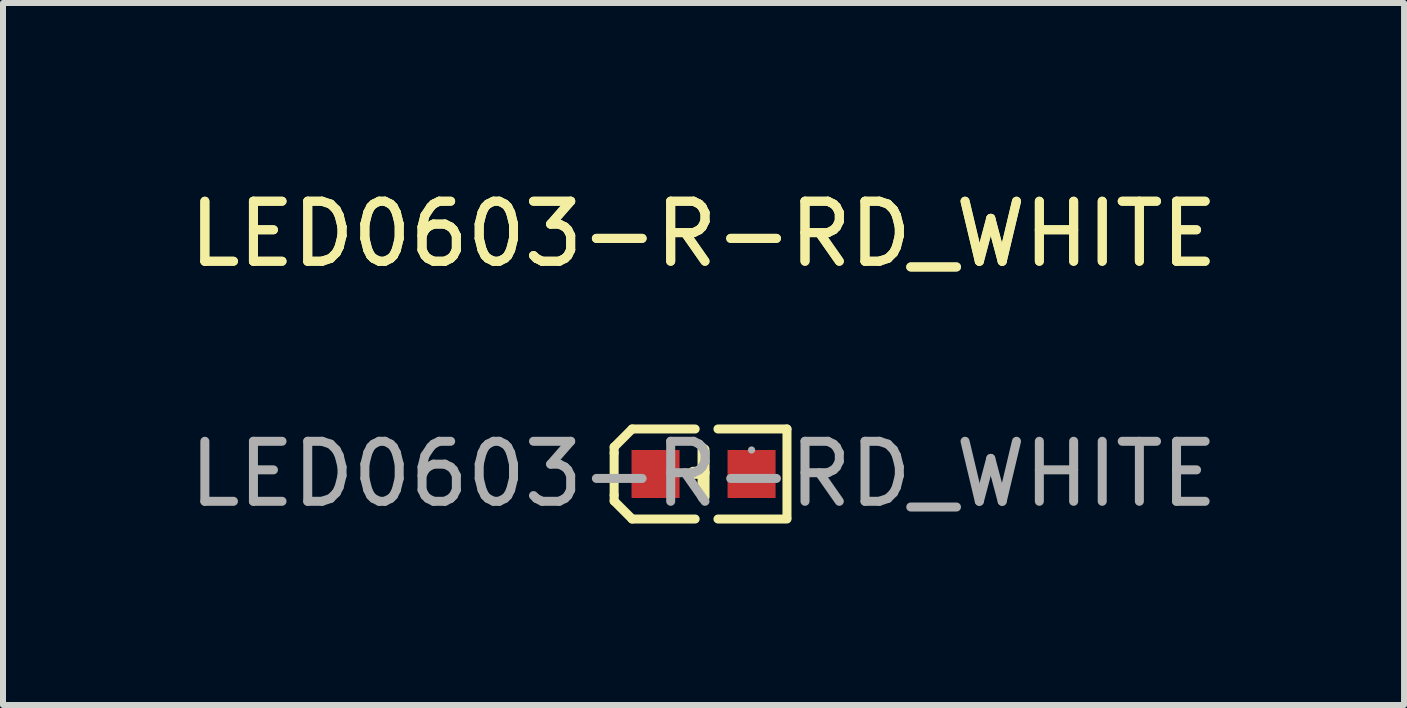
<source format=kicad_pcb>
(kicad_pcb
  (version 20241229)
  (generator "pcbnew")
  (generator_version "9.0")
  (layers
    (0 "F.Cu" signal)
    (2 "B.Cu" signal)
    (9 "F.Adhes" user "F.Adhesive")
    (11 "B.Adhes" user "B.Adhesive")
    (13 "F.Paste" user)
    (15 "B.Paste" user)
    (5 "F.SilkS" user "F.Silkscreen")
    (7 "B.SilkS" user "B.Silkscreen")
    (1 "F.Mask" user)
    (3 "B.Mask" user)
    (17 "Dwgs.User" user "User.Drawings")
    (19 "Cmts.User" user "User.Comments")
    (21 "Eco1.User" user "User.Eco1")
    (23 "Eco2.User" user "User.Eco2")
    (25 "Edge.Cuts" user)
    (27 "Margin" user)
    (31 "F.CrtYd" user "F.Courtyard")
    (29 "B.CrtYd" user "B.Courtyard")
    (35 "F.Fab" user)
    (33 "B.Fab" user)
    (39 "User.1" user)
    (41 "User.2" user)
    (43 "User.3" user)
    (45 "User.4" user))
  (footprint "LED0603-R-RD_WHITE"
    (layer "F.Cu")
    (at 8.673 4.848)
    (property "Reference" "LED0603-R-RD_WHITE" (at 0 -4 0) (layer "F.SilkS") (effects (font (size 1 1) (thickness 0.15))))
    (attr smd)
    (fp_line (start -1.49 -0.45) (end -1.19 -0.75) (stroke (width 0.15) (type solid)) (layer "F.SilkS"))
    (fp_line (start -1.49 -0.35) (end -1.49 -0.45) (stroke (width 0.15) (type solid)) (layer "F.SilkS"))
    (fp_line (start -1.49 -0.35) (end -1.49 0.35) (stroke (width 0.15) (type solid)) (layer "F.SilkS"))
    (fp_line (start -1.49 0.35) (end -1.49 0.45) (stroke (width 0.15) (type solid)) (layer "F.SilkS"))
    (fp_line (start -1.49 0.45) (end -1.19 0.75) (stroke (width 0.15) (type solid)) (layer "F.SilkS"))
    (fp_line (start -0.14 -0.75) (end -1.19 -0.75) (stroke (width 0.15) (type solid)) (layer "F.SilkS"))
    (fp_line (start -0.14 0.75) (end -1.19 0.75) (stroke (width 0.15) (type solid)) (layer "F.SilkS"))
    (fp_line (start 0 -0.02) (end -0.17 -0.02) (stroke (width 0.2) (type solid)) (layer "F.SilkS"))
    (fp_line (start 0 0.38) (end 0 -0.4) (stroke (width 0.2) (type solid)) (layer "F.SilkS"))
    (fp_line (start 0.24 -0.75) (end 1.39 -0.75) (stroke (width 0.15) (type solid)) (layer "F.SilkS"))
    (fp_line (start 0.24 0.75) (end 1.39 0.75) (stroke (width 0.15) (type solid)) (layer "F.SilkS"))
    (fp_line (start 1.39 -0.75) (end 1.39 0.73) (stroke (width 0.15) (type solid)) (layer "F.SilkS"))
    (fp_circle (center 0.8 -0.4) (end 0.83 -0.4) (stroke (width 0.06) (type solid)) (fill no) (layer "F.Fab"))
    (fp_text user "${REFERENCE}" (at 0 -4 0) (layer "F.SilkS") (effects (font (size 1 1) (thickness 0.15))))
    (fp_text user "${REFERENCE}" (at 0 0 0) (layer "F.Fab") (effects (font (size 1 1) (thickness 0.15))))
    (pad "1" smd rect (at 0.8 0 90) (size 0.8 0.8) (layers "F.Cu" "F.Mask" "F.Paste"))
    (pad "2" smd rect (at -0.8 0 90) (size 0.8 0.8) (layers "F.Cu" "F.Mask" "F.Paste")))
  (gr_rect
    (start -3 -3)
    (end 20.345 8.697)
    (stroke (width 0.1) (type default))
    (fill no)
    (layer "Edge.Cuts")))
</source>
